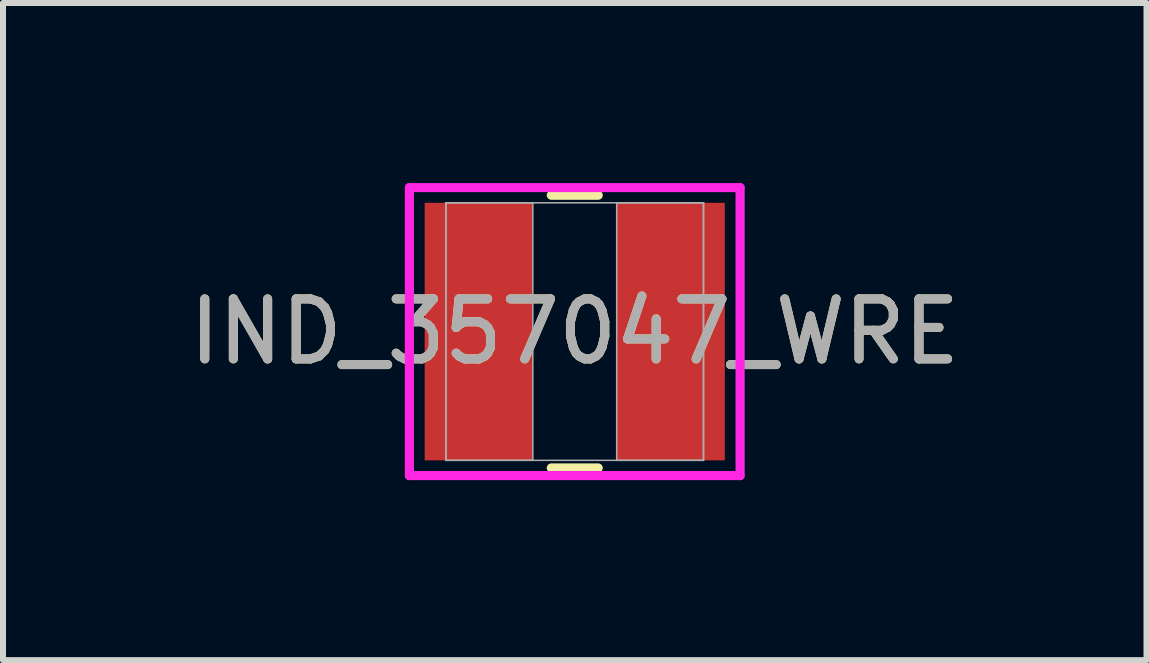
<source format=kicad_pcb>
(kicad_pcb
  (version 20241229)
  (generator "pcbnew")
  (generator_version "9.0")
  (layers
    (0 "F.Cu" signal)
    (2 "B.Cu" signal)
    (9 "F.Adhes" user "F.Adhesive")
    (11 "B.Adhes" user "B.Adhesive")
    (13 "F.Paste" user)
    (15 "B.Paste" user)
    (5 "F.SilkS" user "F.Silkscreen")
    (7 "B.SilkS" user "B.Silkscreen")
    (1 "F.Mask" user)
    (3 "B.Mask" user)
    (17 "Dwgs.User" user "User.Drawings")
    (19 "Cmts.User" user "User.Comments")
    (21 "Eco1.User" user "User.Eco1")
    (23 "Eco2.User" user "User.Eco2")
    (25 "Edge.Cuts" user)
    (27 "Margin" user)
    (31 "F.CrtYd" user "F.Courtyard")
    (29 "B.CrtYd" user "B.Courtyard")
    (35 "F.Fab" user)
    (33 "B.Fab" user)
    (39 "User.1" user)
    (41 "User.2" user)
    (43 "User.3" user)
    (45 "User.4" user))
  (footprint "IND_357047_WRE"
    (layer "F.Cu")
    (at 6.53 2.477)
    (property "Reference" "IND_357047_WRE" (at 0 0 0) (unlocked yes) (layer "F.SilkS") (effects (font (size 1 1) (thickness 0.15))))
    (attr smd)
    (fp_line (start -0.391 2.273) (end 0.391 2.273) (stroke (width 0.152) (type solid)) (layer "F.SilkS"))
    (fp_line (start 0.391 -2.273) (end -0.391 -2.273) (stroke (width 0.152) (type solid)) (layer "F.SilkS"))
    (fp_line (start -2.756 -2.4) (end 2.756 -2.4) (stroke (width 0.152) (type solid)) (layer "F.CrtYd"))
    (fp_line (start -2.756 2.4) (end -2.756 -2.4) (stroke (width 0.152) (type solid)) (layer "F.CrtYd"))
    (fp_line (start 2.756 -2.4) (end 2.756 2.4) (stroke (width 0.152) (type solid)) (layer "F.CrtYd"))
    (fp_line (start 2.756 2.4) (end -2.756 2.4) (stroke (width 0.152) (type solid)) (layer "F.CrtYd"))
    (fp_line (start -2.146 -2.146) (end -2.146 2.146) (stroke (width 0.025) (type solid)) (layer "F.Fab"))
    (fp_line (start -2.146 -2.146) (end -2.146 2.146) (stroke (width 0.025) (type solid)) (layer "F.Fab"))
    (fp_line (start -2.146 2.146) (end -0.699 2.146) (stroke (width 0.025) (type solid)) (layer "F.Fab"))
    (fp_line (start -2.146 2.146) (end 2.146 2.146) (stroke (width 0.025) (type solid)) (layer "F.Fab"))
    (fp_line (start -0.699 -2.146) (end -2.146 -2.146) (stroke (width 0.025) (type solid)) (layer "F.Fab"))
    (fp_line (start -0.699 2.146) (end -0.699 -2.146) (stroke (width 0.025) (type solid)) (layer "F.Fab"))
    (fp_line (start 0.699 -2.146) (end 0.699 2.146) (stroke (width 0.025) (type solid)) (layer "F.Fab"))
    (fp_line (start 0.699 2.146) (end 2.146 2.146) (stroke (width 0.025) (type solid)) (layer "F.Fab"))
    (fp_line (start 2.146 -2.146) (end -2.146 -2.146) (stroke (width 0.025) (type solid)) (layer "F.Fab"))
    (fp_line (start 2.146 -2.146) (end 0.699 -2.146) (stroke (width 0.025) (type solid)) (layer "F.Fab"))
    (fp_line (start 2.146 2.146) (end 2.146 -2.146) (stroke (width 0.025) (type solid)) (layer "F.Fab"))
    (fp_line (start 2.146 2.146) (end 2.146 -2.146) (stroke (width 0.025) (type solid)) (layer "F.Fab"))
    (fp_circle (center -1.473 0) (end -1.473 0) (stroke (width 0.025) (type solid)) (fill no) (layer "F.Fab"))
    (fp_text user "${REFERENCE}" (at 0 0 0) (unlocked yes) (layer "F.Fab") (effects (font (size 1 1) (thickness 0.15))))
    (pad "1" smd rect (at -1.6 0) (size 1.803 4.293) (layers "F.Cu" "F.Mask" "F.Paste"))
    (pad "2" smd rect (at 1.6 0) (size 1.803 4.293) (layers "F.Cu" "F.Mask" "F.Paste"))
    (zone (net_name "") (layer "F.Cu") (hatch full 0.508) (connect_pads) (min_thickness 0.254) (filled_areas_thickness no) (keepout (tracks not_allowed) (vias not_allowed) (pads allowed) (copperpour not_allowed) (footprints allowed)) (placement (enabled no)) (fill) (polygon (pts (xy 5.882 0.381) (xy 7.177 0.381) (xy 7.177 4.572) (xy 5.882 4.572)))))
  (gr_rect
    (start -3 -3)
    (end 16.06 7.953)
    (stroke (width 0.1) (type default))
    (fill no)
    (layer "Edge.Cuts")))
</source>
